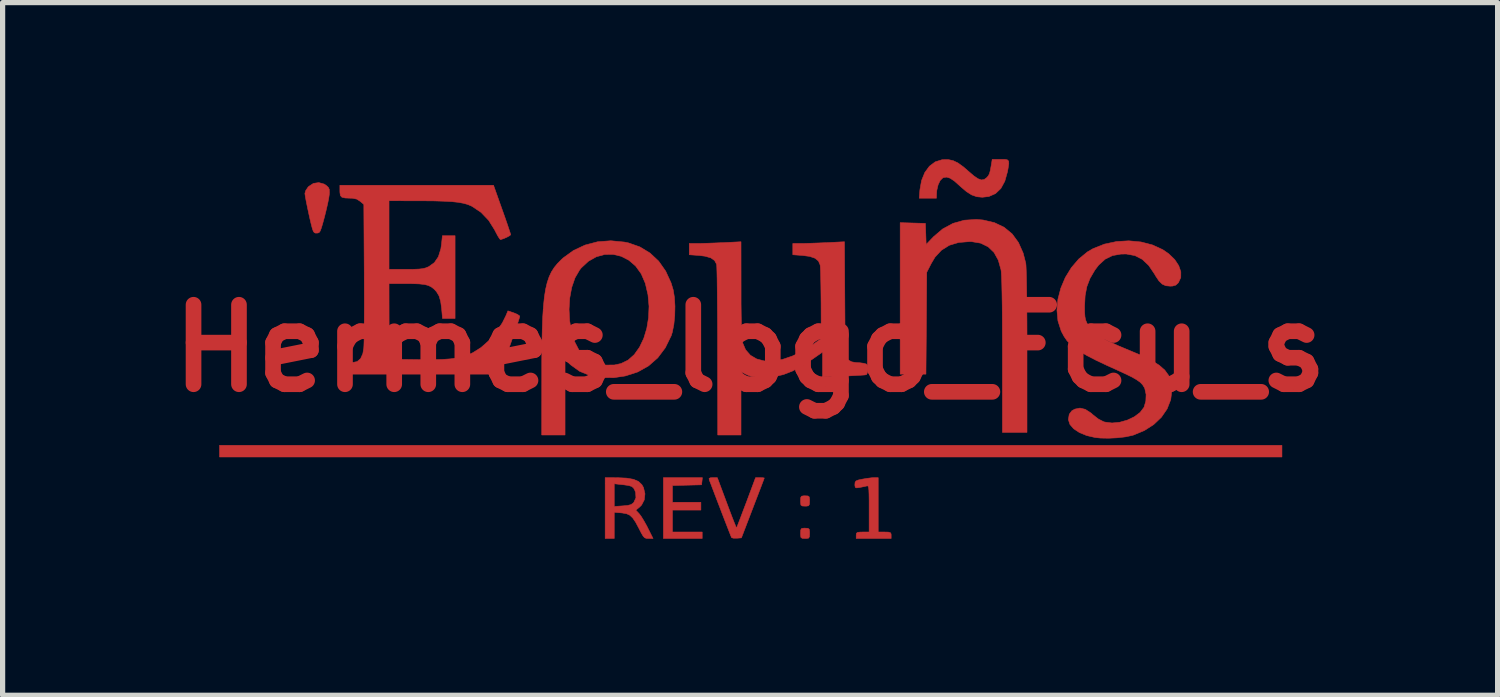
<source format=kicad_pcb>
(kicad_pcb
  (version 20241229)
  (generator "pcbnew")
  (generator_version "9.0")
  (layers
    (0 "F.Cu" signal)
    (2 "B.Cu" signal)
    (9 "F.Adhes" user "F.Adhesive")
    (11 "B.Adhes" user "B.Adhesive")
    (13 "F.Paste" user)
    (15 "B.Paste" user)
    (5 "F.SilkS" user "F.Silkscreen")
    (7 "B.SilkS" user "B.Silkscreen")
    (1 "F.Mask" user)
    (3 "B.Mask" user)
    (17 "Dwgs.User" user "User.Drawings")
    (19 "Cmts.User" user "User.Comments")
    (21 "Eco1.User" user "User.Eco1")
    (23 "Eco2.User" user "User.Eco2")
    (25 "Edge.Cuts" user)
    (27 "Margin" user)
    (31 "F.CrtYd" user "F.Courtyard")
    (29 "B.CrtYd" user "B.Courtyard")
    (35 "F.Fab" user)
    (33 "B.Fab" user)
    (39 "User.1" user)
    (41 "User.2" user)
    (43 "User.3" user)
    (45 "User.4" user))
  (footprint "Hermes_logo_Fcu_s"
    (layer "F.Cu")
    (at 11.328 3.626)
    (property "Reference" "Hermes_logo_Fcu_s" (at 0 0 0) (layer "F.Cu") (effects (font (size 1.524 1.524) (thickness 0.3))))
    (attr through_hole)
    (fp_poly (pts (xy 10.195 2.084) (xy -10.17 2.084) (xy -10.17 1.86) (xy 10.195 1.86) (xy 10.195 2.084)) (stroke (width 0.01) (type solid)) (fill yes) (layer "F.Cu"))
    (fp_poly (pts (xy -0.922 2.549) (xy -0.93 2.617) (xy -1.488 2.631) (xy -1.488 2.952) (xy -0.943 2.952) (xy -0.943 3.101) (xy -1.488 3.101) (xy -1.488 3.522) (xy -0.918 3.522) (xy -0.918 3.646) (xy -1.662 3.646) (xy -1.662 2.48) (xy -0.914 2.48) (xy -0.922 2.549)) (stroke (width 0.01) (type solid)) (fill yes) (layer "F.Cu"))
    (fp_poly (pts (xy 1.11 2.831) (xy 1.134 2.849) (xy 1.141 2.898) (xy 1.141 2.927) (xy 1.138 2.99) (xy 1.122 3.019) (xy 1.08 3.026) (xy 1.054 3.026) (xy 0.999 3.023) (xy 0.974 3.005) (xy 0.968 2.956) (xy 0.967 2.927) (xy 0.97 2.863) (xy 0.986 2.835) (xy 1.029 2.828) (xy 1.054 2.828) (xy 1.11 2.831)) (stroke (width 0.01) (type solid)) (fill yes) (layer "F.Cu"))
    (fp_poly (pts (xy 1.11 3.451) (xy 1.134 3.469) (xy 1.141 3.518) (xy 1.141 3.547) (xy 1.138 3.611) (xy 1.122 3.639) (xy 1.08 3.646) (xy 1.054 3.646) (xy 0.999 3.643) (xy 0.974 3.625) (xy 0.968 3.576) (xy 0.967 3.547) (xy 0.97 3.484) (xy 0.986 3.455) (xy 1.029 3.448) (xy 1.054 3.448) (xy 1.11 3.451)) (stroke (width 0.01) (type solid)) (fill yes) (layer "F.Cu"))
    (fp_poly (pts (xy -8.165 -3.148) (xy -8.124 -3.121) (xy -8.084 -3.084) (xy -8.066 -3.044) (xy -8.064 -2.983) (xy -8.067 -2.942) (xy -8.078 -2.867) (xy -8.1 -2.76) (xy -8.129 -2.635) (xy -8.16 -2.511) (xy -8.194 -2.386) (xy -8.22 -2.301) (xy -8.24 -2.248) (xy -8.259 -2.221) (xy -8.282 -2.21) (xy -8.308 -2.208) (xy -8.335 -2.209) (xy -8.355 -2.219) (xy -8.373 -2.244) (xy -8.39 -2.292) (xy -8.411 -2.37) (xy -8.438 -2.485) (xy -8.455 -2.561) (xy -8.483 -2.692) (xy -8.507 -2.809) (xy -8.524 -2.902) (xy -8.533 -2.961) (xy -8.533 -2.972) (xy -8.516 -3.026) (xy -8.474 -3.088) (xy -8.46 -3.102) (xy -8.37 -3.161) (xy -8.267 -3.176) (xy -8.165 -3.148)) (stroke (width 0.01) (type solid)) (fill yes) (layer "F.Cu"))
    (fp_poly (pts (xy 2.456 3.522) (xy 2.58 3.522) (xy 2.653 3.524) (xy 2.69 3.535) (xy 2.703 3.559) (xy 2.704 3.584) (xy 2.704 3.646) (xy 2.034 3.646) (xy 2.034 3.584) (xy 2.038 3.547) (xy 2.059 3.529) (xy 2.108 3.523) (xy 2.158 3.522) (xy 2.282 3.522) (xy 2.282 3.074) (xy 2.282 2.915) (xy 2.28 2.799) (xy 2.277 2.719) (xy 2.272 2.67) (xy 2.263 2.645) (xy 2.251 2.637) (xy 2.239 2.639) (xy 2.186 2.651) (xy 2.113 2.666) (xy 2.102 2.668) (xy 2.042 2.676) (xy 2.016 2.666) (xy 2.009 2.628) (xy 2.009 2.611) (xy 2.013 2.568) (xy 2.031 2.543) (xy 2.075 2.525) (xy 2.15 2.509) (xy 2.244 2.493) (xy 2.333 2.482) (xy 2.373 2.48) (xy 2.456 2.48) (xy 2.456 3.522)) (stroke (width 0.01) (type solid)) (fill yes) (layer "F.Cu"))
    (fp_poly (pts (xy -0.447 2.965) (xy -0.393 3.109) (xy -0.345 3.235) (xy -0.305 3.337) (xy -0.276 3.408) (xy -0.261 3.441) (xy -0.259 3.443) (xy -0.249 3.418) (xy -0.224 3.354) (xy -0.187 3.258) (xy -0.141 3.136) (xy -0.088 2.996) (xy -0.073 2.958) (xy 0.105 2.48) (xy 0.189 2.48) (xy 0.245 2.482) (xy 0.272 2.486) (xy 0.272 2.487) (xy 0.264 2.511) (xy 0.24 2.574) (xy 0.203 2.672) (xy 0.155 2.797) (xy 0.099 2.942) (xy 0.053 3.063) (xy -0.166 3.634) (xy -0.254 3.641) (xy -0.316 3.641) (xy -0.353 3.631) (xy -0.355 3.629) (xy -0.367 3.601) (xy -0.394 3.533) (xy -0.433 3.433) (xy -0.482 3.307) (xy -0.538 3.162) (xy -0.566 3.088) (xy -0.625 2.935) (xy -0.678 2.796) (xy -0.723 2.678) (xy -0.757 2.588) (xy -0.778 2.535) (xy -0.782 2.524) (xy -0.786 2.494) (xy -0.758 2.482) (xy -0.714 2.48) (xy -0.628 2.48) (xy -0.447 2.965)) (stroke (width 0.01) (type solid)) (fill yes) (layer "F.Cu"))
    (fp_poly (pts (xy -2.536 2.481) (xy -2.364 2.489) (xy -2.234 2.512) (xy -2.139 2.553) (xy -2.074 2.615) (xy -2.043 2.67) (xy -2.015 2.79) (xy -2.028 2.905) (xy -2.079 3.004) (xy -2.113 3.039) (xy -2.19 3.103) (xy -2.127 3.17) (xy -2.087 3.223) (xy -2.036 3.306) (xy -1.981 3.404) (xy -1.962 3.442) (xy -1.86 3.646) (xy -1.947 3.646) (xy -1.99 3.644) (xy -2.022 3.631) (xy -2.052 3.598) (xy -2.087 3.538) (xy -2.13 3.454) (xy -2.194 3.334) (xy -2.25 3.252) (xy -2.305 3.2) (xy -2.369 3.171) (xy -2.45 3.157) (xy -2.468 3.155) (xy -2.604 3.144) (xy -2.604 3.646) (xy -2.778 3.646) (xy -2.778 3.032) (xy -2.604 3.032) (xy -2.44 3.021) (xy -2.344 3.012) (xy -2.283 2.996) (xy -2.243 2.969) (xy -2.229 2.954) (xy -2.188 2.866) (xy -2.194 2.766) (xy -2.211 2.719) (xy -2.235 2.677) (xy -2.269 2.649) (xy -2.325 2.631) (xy -2.414 2.618) (xy -2.46 2.613) (xy -2.604 2.597) (xy -2.604 3.032) (xy -2.778 3.032) (xy -2.778 2.48) (xy -2.536 2.481)) (stroke (width 0.01) (type solid)) (fill yes) (layer "F.Cu"))
    (fp_poly (pts (xy 4.882 -3.621) (xy 4.932 -3.612) (xy 4.956 -3.587) (xy 4.959 -3.537) (xy 4.946 -3.451) (xy 4.934 -3.385) (xy 4.883 -3.203) (xy 4.807 -3.063) (xy 4.704 -2.965) (xy 4.576 -2.909) (xy 4.452 -2.895) (xy 4.347 -2.905) (xy 4.249 -2.939) (xy 4.149 -3.002) (xy 4.034 -3.1) (xy 4.018 -3.115) (xy 3.916 -3.206) (xy 3.835 -3.26) (xy 3.768 -3.281) (xy 3.708 -3.272) (xy 3.694 -3.266) (xy 3.644 -3.217) (xy 3.604 -3.133) (xy 3.579 -3.026) (xy 3.574 -2.958) (xy 3.572 -2.877) (xy 3.243 -2.877) (xy 3.255 -3.036) (xy 3.287 -3.216) (xy 3.349 -3.369) (xy 3.437 -3.489) (xy 3.548 -3.573) (xy 3.678 -3.614) (xy 3.694 -3.616) (xy 3.798 -3.617) (xy 3.892 -3.597) (xy 3.987 -3.551) (xy 4.093 -3.474) (xy 4.181 -3.397) (xy 4.288 -3.305) (xy 4.369 -3.25) (xy 4.433 -3.227) (xy 4.487 -3.235) (xy 4.537 -3.272) (xy 4.539 -3.274) (xy 4.567 -3.307) (xy 4.588 -3.347) (xy 4.604 -3.406) (xy 4.621 -3.499) (xy 4.626 -3.528) (xy 4.641 -3.621) (xy 4.801 -3.621) (xy 4.882 -3.621)) (stroke (width 0.01) (type solid)) (fill yes) (layer "F.Cu"))
    (fp_poly (pts (xy 4.467 -2.459) (xy 4.684 -2.408) (xy 4.87 -2.319) (xy 5.023 -2.193) (xy 5.144 -2.028) (xy 5.234 -1.826) (xy 5.285 -1.628) (xy 5.289 -1.582) (xy 5.293 -1.491) (xy 5.297 -1.359) (xy 5.3 -1.192) (xy 5.303 -0.993) (xy 5.305 -0.767) (xy 5.307 -0.52) (xy 5.308 -0.254) (xy 5.308 0.024) (xy 5.308 0.053) (xy 5.308 1.612) (xy 4.837 1.612) (xy 4.837 0.132) (xy 4.836 -0.228) (xy 4.835 -0.547) (xy 4.833 -0.822) (xy 4.829 -1.054) (xy 4.825 -1.241) (xy 4.82 -1.381) (xy 4.814 -1.473) (xy 4.81 -1.504) (xy 4.758 -1.689) (xy 4.676 -1.837) (xy 4.563 -1.945) (xy 4.42 -2.015) (xy 4.247 -2.044) (xy 4.207 -2.045) (xy 3.997 -2.028) (xy 3.818 -1.974) (xy 3.668 -1.88) (xy 3.545 -1.747) (xy 3.473 -1.626) (xy 3.386 -1.456) (xy 3.379 -0.48) (xy 3.371 0.496) (xy 2.877 0.496) (xy 2.877 -2.408) (xy 3.119 -2.401) (xy 3.361 -2.394) (xy 3.368 -2.192) (xy 3.375 -1.99) (xy 3.515 -2.137) (xy 3.691 -2.287) (xy 3.889 -2.394) (xy 4.105 -2.455) (xy 4.337 -2.47) (xy 4.467 -2.459)) (stroke (width 0.01) (type solid)) (fill yes) (layer "F.Cu"))
    (fp_poly (pts (xy -2.409 -2.036) (xy -2.334 -2.021) (xy -2.114 -1.944) (xy -1.92 -1.827) (xy -1.753 -1.671) (xy -1.618 -1.479) (xy -1.515 -1.255) (xy -1.473 -1.117) (xy -1.45 -0.974) (xy -1.44 -0.806) (xy -1.444 -0.627) (xy -1.461 -0.456) (xy -1.491 -0.307) (xy -1.512 -0.24) (xy -1.625 -0.01) (xy -1.77 0.183) (xy -1.947 0.338) (xy -2.154 0.454) (xy -2.39 0.53) (xy -2.609 0.563) (xy -2.853 0.562) (xy -3.073 0.521) (xy -3.268 0.441) (xy -3.433 0.322) (xy -3.434 0.322) (xy -3.547 0.217) (xy -3.547 1.662) (xy -3.994 1.662) (xy -3.993 0.614) (xy -3.993 0.246) (xy -3.99 -0.075) (xy -3.984 -0.355) (xy -3.975 -0.597) (xy -3.965 -0.746) (xy -3.47 -0.746) (xy -3.459 -0.528) (xy -3.423 -0.318) (xy -3.364 -0.127) (xy -3.28 0.035) (xy -3.232 0.098) (xy -3.106 0.209) (xy -2.953 0.284) (xy -2.781 0.322) (xy -2.601 0.32) (xy -2.475 0.293) (xy -2.339 0.227) (xy -2.22 0.121) (xy -2.119 -0.021) (xy -2.038 -0.19) (xy -1.98 -0.382) (xy -1.946 -0.589) (xy -1.937 -0.805) (xy -1.957 -1.025) (xy -2.007 -1.24) (xy -2.008 -1.245) (xy -2.087 -1.428) (xy -2.194 -1.576) (xy -2.324 -1.688) (xy -2.47 -1.763) (xy -2.626 -1.8) (xy -2.787 -1.798) (xy -2.947 -1.754) (xy -3.098 -1.669) (xy -3.236 -1.541) (xy -3.268 -1.501) (xy -3.356 -1.35) (xy -3.419 -1.167) (xy -3.457 -0.962) (xy -3.47 -0.746) (xy -3.965 -0.746) (xy -3.961 -0.805) (xy -3.943 -0.982) (xy -3.919 -1.132) (xy -3.889 -1.26) (xy -3.852 -1.37) (xy -3.808 -1.464) (xy -3.755 -1.547) (xy -3.694 -1.622) (xy -3.623 -1.694) (xy -3.584 -1.731) (xy -3.385 -1.875) (xy -3.162 -1.979) (xy -2.921 -2.042) (xy -2.668 -2.061) (xy -2.409 -2.036)) (stroke (width 0.01) (type solid)) (fill yes) (layer "F.Cu"))
    (fp_poly (pts (xy -0.173 -1.126) (xy -0.173 -0.855) (xy -0.17 -0.622) (xy -0.166 -0.429) (xy -0.161 -0.278) (xy -0.155 -0.172) (xy -0.147 -0.114) (xy -0.146 -0.112) (xy -0.086 0.028) (xy 0.006 0.134) (xy 0.127 0.205) (xy 0.272 0.243) (xy 0.438 0.245) (xy 0.62 0.214) (xy 0.815 0.147) (xy 1.019 0.046) (xy 1.221 -0.084) (xy 1.363 -0.186) (xy 1.361 -0.856) (xy 1.359 -1.037) (xy 1.357 -1.205) (xy 1.354 -1.352) (xy 1.351 -1.472) (xy 1.347 -1.556) (xy 1.343 -1.597) (xy 1.31 -1.673) (xy 1.245 -1.726) (xy 1.143 -1.761) (xy 1.009 -1.779) (xy 0.819 -1.793) (xy 0.819 -2.009) (xy 0.976 -2.009) (xy 1.062 -2.01) (xy 1.182 -2.014) (xy 1.321 -2.019) (xy 1.462 -2.025) (xy 1.471 -2.025) (xy 1.809 -2.042) (xy 1.816 -0.932) (xy 1.823 0.178) (xy 1.882 0.225) (xy 1.949 0.26) (xy 2.021 0.273) (xy 2.107 0.278) (xy 2.18 0.288) (xy 2.23 0.303) (xy 2.252 0.333) (xy 2.257 0.392) (xy 2.257 0.401) (xy 2.25 0.468) (xy 2.231 0.505) (xy 2.226 0.507) (xy 2.192 0.512) (xy 2.117 0.517) (xy 2.011 0.523) (xy 1.883 0.53) (xy 1.792 0.533) (xy 1.389 0.55) (xy 1.389 0.073) (xy 1.197 0.207) (xy 0.992 0.341) (xy 0.809 0.438) (xy 0.636 0.505) (xy 0.465 0.543) (xy 0.285 0.556) (xy 0.26 0.557) (xy 0.137 0.554) (xy 0.048 0.544) (xy -0.023 0.524) (xy -0.068 0.504) (xy -0.174 0.451) (xy -0.174 1.662) (xy -0.62 1.662) (xy -0.623 0.056) (xy -0.623 -0.223) (xy -0.624 -0.489) (xy -0.626 -0.737) (xy -0.628 -0.962) (xy -0.63 -1.161) (xy -0.632 -1.329) (xy -0.635 -1.462) (xy -0.638 -1.555) (xy -0.641 -1.604) (xy -0.642 -1.61) (xy -0.68 -1.682) (xy -0.752 -1.733) (xy -0.863 -1.765) (xy -0.975 -1.779) (xy -1.166 -1.793) (xy -1.166 -2.009) (xy -1.009 -2.009) (xy -0.923 -2.01) (xy -0.802 -2.014) (xy -0.664 -2.019) (xy -0.522 -2.025) (xy -0.512 -2.025) (xy -0.174 -2.042) (xy -0.173 -1.126)) (stroke (width 0.01) (type solid)) (fill yes) (layer "F.Cu"))
    (fp_poly (pts (xy 7.493 -2.038) (xy 7.713 -1.981) (xy 7.911 -1.89) (xy 8.024 -1.812) (xy 8.139 -1.701) (xy 8.217 -1.583) (xy 8.257 -1.466) (xy 8.256 -1.356) (xy 8.211 -1.259) (xy 8.209 -1.256) (xy 8.161 -1.211) (xy 8.099 -1.193) (xy 8.053 -1.191) (xy 7.968 -1.199) (xy 7.9 -1.23) (xy 7.838 -1.29) (xy 7.773 -1.387) (xy 7.751 -1.426) (xy 7.641 -1.588) (xy 7.517 -1.705) (xy 7.376 -1.777) (xy 7.213 -1.807) (xy 7.11 -1.806) (xy 6.947 -1.777) (xy 6.806 -1.708) (xy 6.682 -1.595) (xy 6.609 -1.499) (xy 6.516 -1.34) (xy 6.455 -1.181) (xy 6.422 -1.007) (xy 6.412 -0.806) (xy 6.413 -0.688) (xy 6.419 -0.606) (xy 6.431 -0.545) (xy 6.453 -0.491) (xy 6.479 -0.445) (xy 6.537 -0.365) (xy 6.62 -0.289) (xy 6.732 -0.212) (xy 6.877 -0.132) (xy 7.061 -0.047) (xy 7.288 0.048) (xy 7.293 0.05) (xy 7.521 0.146) (xy 7.703 0.237) (xy 7.845 0.327) (xy 7.95 0.42) (xy 8.022 0.519) (xy 8.066 0.628) (xy 8.084 0.751) (xy 8.086 0.799) (xy 8.063 0.986) (xy 7.994 1.162) (xy 7.884 1.322) (xy 7.737 1.462) (xy 7.557 1.577) (xy 7.347 1.664) (xy 7.322 1.671) (xy 7.195 1.698) (xy 7.039 1.716) (xy 6.873 1.724) (xy 6.717 1.721) (xy 6.617 1.711) (xy 6.452 1.673) (xy 6.312 1.615) (xy 6.203 1.543) (xy 6.131 1.46) (xy 6.102 1.371) (xy 6.102 1.361) (xy 6.118 1.264) (xy 6.168 1.198) (xy 6.225 1.166) (xy 6.324 1.146) (xy 6.425 1.17) (xy 6.532 1.239) (xy 6.574 1.276) (xy 6.676 1.356) (xy 6.776 1.407) (xy 6.798 1.414) (xy 6.937 1.432) (xy 7.085 1.418) (xy 7.233 1.376) (xy 7.367 1.312) (xy 7.477 1.229) (xy 7.55 1.132) (xy 7.552 1.128) (xy 7.586 1.012) (xy 7.591 0.886) (xy 7.566 0.772) (xy 7.555 0.749) (xy 7.523 0.698) (xy 7.476 0.65) (xy 7.408 0.602) (xy 7.313 0.548) (xy 7.183 0.485) (xy 7.075 0.435) (xy 6.832 0.325) (xy 6.63 0.229) (xy 6.465 0.144) (xy 6.331 0.068) (xy 6.225 -0.004) (xy 6.141 -0.075) (xy 6.074 -0.147) (xy 6.02 -0.225) (xy 5.973 -0.312) (xy 5.961 -0.338) (xy 5.901 -0.526) (xy 5.882 -0.73) (xy 5.901 -0.941) (xy 5.956 -1.152) (xy 6.042 -1.356) (xy 6.158 -1.545) (xy 6.3 -1.711) (xy 6.466 -1.847) (xy 6.572 -1.909) (xy 6.79 -1.996) (xy 7.023 -2.046) (xy 7.26 -2.06) (xy 7.493 -2.038)) (stroke (width 0.01) (type solid)) (fill yes) (layer "F.Cu"))
    (fp_poly (pts (xy -4.753 -2.66) (xy -4.702 -2.517) (xy -4.658 -2.39) (xy -4.623 -2.286) (xy -4.599 -2.213) (xy -4.589 -2.179) (xy -4.588 -2.177) (xy -4.609 -2.158) (xy -4.658 -2.131) (xy -4.717 -2.105) (xy -4.769 -2.087) (xy -4.787 -2.084) (xy -4.805 -2.104) (xy -4.839 -2.159) (xy -4.881 -2.238) (xy -4.896 -2.268) (xy -5.011 -2.452) (xy -5.157 -2.605) (xy -5.327 -2.719) (xy -5.346 -2.729) (xy -5.416 -2.758) (xy -5.497 -2.78) (xy -5.596 -2.798) (xy -5.719 -2.811) (xy -5.871 -2.819) (xy -6.06 -2.825) (xy -6.29 -2.827) (xy -6.356 -2.827) (xy -6.921 -2.828) (xy -6.921 -1.513) (xy -6.593 -1.513) (xy -6.453 -1.514) (xy -6.351 -1.518) (xy -6.277 -1.526) (xy -6.22 -1.54) (xy -6.168 -1.561) (xy -6.159 -1.565) (xy -6.052 -1.642) (xy -5.975 -1.754) (xy -5.928 -1.904) (xy -5.915 -1.991) (xy -5.898 -2.158) (xy -5.655 -2.158) (xy -5.655 -0.571) (xy -5.896 -0.571) (xy -5.912 -0.757) (xy -5.931 -0.898) (xy -5.962 -1.003) (xy -6.011 -1.085) (xy -6.056 -1.133) (xy -6.108 -1.174) (xy -6.167 -1.204) (xy -6.242 -1.223) (xy -6.343 -1.234) (xy -6.479 -1.239) (xy -6.587 -1.24) (xy -6.921 -1.24) (xy -6.92 -0.577) (xy -6.919 -0.355) (xy -6.917 -0.179) (xy -6.913 -0.044) (xy -6.906 0.053) (xy -6.898 0.116) (xy -6.888 0.149) (xy -6.857 0.211) (xy -6.331 0.218) (xy -6.097 0.218) (xy -5.905 0.214) (xy -5.746 0.203) (xy -5.614 0.184) (xy -5.499 0.157) (xy -5.395 0.121) (xy -5.315 0.085) (xy -5.159 -0.013) (xy -5.005 -0.149) (xy -4.864 -0.313) (xy -4.746 -0.492) (xy -4.679 -0.628) (xy -4.642 -0.717) (xy -4.529 -0.679) (xy -4.462 -0.651) (xy -4.421 -0.623) (xy -4.415 -0.612) (xy -4.423 -0.581) (xy -4.445 -0.511) (xy -4.48 -0.407) (xy -4.524 -0.278) (xy -4.576 -0.131) (xy -4.607 -0.043) (xy -4.799 0.496) (xy -7.863 0.496) (xy -7.863 0.4) (xy -7.859 0.336) (xy -7.839 0.305) (xy -7.791 0.289) (xy -7.786 0.288) (xy -7.702 0.277) (xy -7.623 0.273) (xy -7.532 0.255) (xy -7.466 0.199) (xy -7.423 0.102) (xy -7.405 -0.003) (xy -7.402 -0.058) (xy -7.399 -0.158) (xy -7.397 -0.296) (xy -7.396 -0.469) (xy -7.395 -0.669) (xy -7.394 -0.892) (xy -7.395 -1.132) (xy -7.396 -1.384) (xy -7.396 -1.459) (xy -7.404 -2.758) (xy -7.474 -2.817) (xy -7.539 -2.859) (xy -7.62 -2.876) (xy -7.664 -2.877) (xy -7.763 -2.881) (xy -7.823 -2.895) (xy -7.853 -2.927) (xy -7.862 -2.984) (xy -7.863 -3.016) (xy -7.863 -3.125) (xy -4.918 -3.125) (xy -4.753 -2.66)) (stroke (width 0.01) (type solid)) (fill yes) (layer "F.Cu")))
  (gr_rect
    (start -3 -3)
    (end 25.657 10.278)
    (stroke (width 0.1) (type default))
    (fill no)
    (layer "Edge.Cuts")))
</source>
